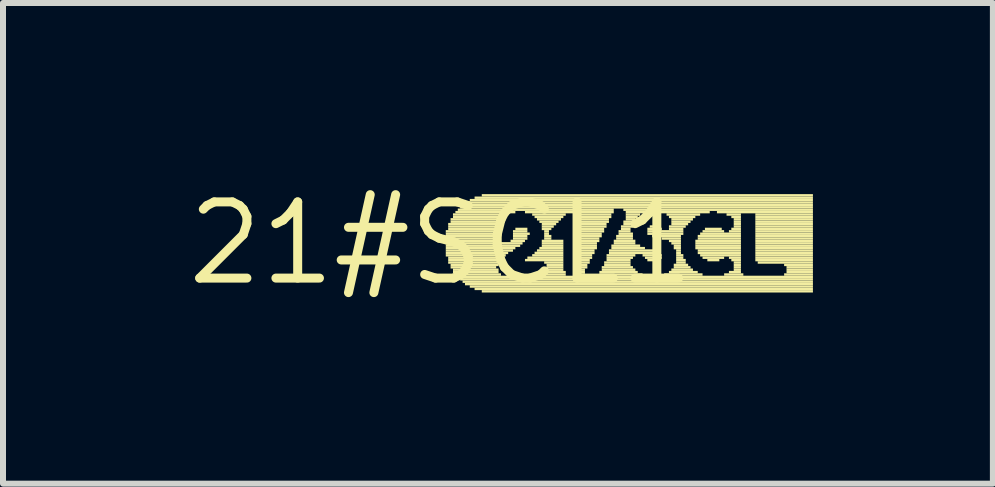
<source format=kicad_pcb>
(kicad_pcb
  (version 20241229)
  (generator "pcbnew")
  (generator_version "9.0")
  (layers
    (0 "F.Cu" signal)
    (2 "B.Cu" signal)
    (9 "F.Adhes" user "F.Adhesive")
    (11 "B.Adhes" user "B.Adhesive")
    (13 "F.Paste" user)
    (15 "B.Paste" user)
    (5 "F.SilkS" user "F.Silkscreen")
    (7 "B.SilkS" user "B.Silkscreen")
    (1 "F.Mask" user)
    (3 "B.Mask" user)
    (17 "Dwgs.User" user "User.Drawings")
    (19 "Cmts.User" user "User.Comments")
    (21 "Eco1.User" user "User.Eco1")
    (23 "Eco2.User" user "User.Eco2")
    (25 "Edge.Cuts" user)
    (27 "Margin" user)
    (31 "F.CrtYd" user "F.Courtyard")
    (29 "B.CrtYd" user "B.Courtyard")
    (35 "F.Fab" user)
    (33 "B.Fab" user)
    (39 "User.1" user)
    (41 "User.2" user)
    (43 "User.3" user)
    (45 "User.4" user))
  (footprint "21#SCL1"
    (layer "F.Cu")
    (at 4.301 1.006)
    (property "Reference" "21#SCL1" (at 0 0 0) (layer "F.SilkS") (effects (font (size 1.27 1.27) (thickness 0.15))))
    (fp_poly (pts (xy 0.08 -0.18) (xy 0.96 -0.18) (xy 0.96 -0.22) (xy 0.08 -0.22)) (stroke (width 0) (type default)) (fill yes) (layer "F.SilkS"))
    (fp_poly (pts (xy 0.08 -0.14) (xy 0.92 -0.14) (xy 0.92 -0.18) (xy 0.08 -0.18)) (stroke (width 0) (type default)) (fill yes) (layer "F.SilkS"))
    (fp_poly (pts (xy 0.08 -0.1) (xy 0.96 -0.1) (xy 0.96 -0.14) (xy 0.08 -0.14)) (stroke (width 0) (type default)) (fill yes) (layer "F.SilkS"))
    (fp_poly (pts (xy 0.08 -0.06) (xy 0.96 -0.06) (xy 0.96 -0.1) (xy 0.08 -0.1)) (stroke (width 0) (type default)) (fill yes) (layer "F.SilkS"))
    (fp_poly (pts (xy 0.08 -0.02) (xy 0.96 -0.02) (xy 0.96 -0.06) (xy 0.08 -0.06)) (stroke (width 0) (type default)) (fill yes) (layer "F.SilkS"))
    (fp_poly (pts (xy 0.08 0.02) (xy 1.36 0.02) (xy 1.36 -0.02) (xy 0.08 -0.02)) (stroke (width 0) (type default)) (fill yes) (layer "F.SilkS"))
    (fp_poly (pts (xy 0.08 0.06) (xy 1.32 0.06) (xy 1.32 0.02) (xy 0.08 0.02)) (stroke (width 0) (type default)) (fill yes) (layer "F.SilkS"))
    (fp_poly (pts (xy 0.08 0.1) (xy 1.24 0.1) (xy 1.24 0.06) (xy 0.08 0.06)) (stroke (width 0) (type default)) (fill yes) (layer "F.SilkS"))
    (fp_poly (pts (xy 0.08 0.14) (xy 1.2 0.14) (xy 1.2 0.1) (xy 0.08 0.1)) (stroke (width 0) (type default)) (fill yes) (layer "F.SilkS"))
    (fp_poly (pts (xy 0.08 0.18) (xy 1.12 0.18) (xy 1.12 0.14) (xy 0.08 0.14)) (stroke (width 0) (type default)) (fill yes) (layer "F.SilkS"))
    (fp_poly (pts (xy 0.08 0.22) (xy 1.08 0.22) (xy 1.08 0.18) (xy 0.08 0.18)) (stroke (width 0) (type default)) (fill yes) (layer "F.SilkS"))
    (fp_poly (pts (xy 0.12 -0.3) (xy 1 -0.3) (xy 1 -0.34) (xy 0.12 -0.34)) (stroke (width 0) (type default)) (fill yes) (layer "F.SilkS"))
    (fp_poly (pts (xy 0.12 -0.26) (xy 0.96 -0.26) (xy 0.96 -0.3) (xy 0.12 -0.3)) (stroke (width 0) (type default)) (fill yes) (layer "F.SilkS"))
    (fp_poly (pts (xy 0.12 -0.22) (xy 0.96 -0.22) (xy 0.96 -0.26) (xy 0.12 -0.26)) (stroke (width 0) (type default)) (fill yes) (layer "F.SilkS"))
    (fp_poly (pts (xy 0.12 0.26) (xy 1.04 0.26) (xy 1.04 0.22) (xy 0.12 0.22)) (stroke (width 0) (type default)) (fill yes) (layer "F.SilkS"))
    (fp_poly (pts (xy 0.12 0.3) (xy 1 0.3) (xy 1 0.26) (xy 0.12 0.26)) (stroke (width 0) (type default)) (fill yes) (layer "F.SilkS"))
    (fp_poly (pts (xy 0.12 0.34) (xy 0.96 0.34) (xy 0.96 0.3) (xy 0.12 0.3)) (stroke (width 0) (type default)) (fill yes) (layer "F.SilkS"))
    (fp_poly (pts (xy 0.16 -0.38) (xy 1.04 -0.38) (xy 1.04 -0.42) (xy 0.16 -0.42)) (stroke (width 0) (type default)) (fill yes) (layer "F.SilkS"))
    (fp_poly (pts (xy 0.16 -0.34) (xy 1 -0.34) (xy 1 -0.38) (xy 0.16 -0.38)) (stroke (width 0) (type default)) (fill yes) (layer "F.SilkS"))
    (fp_poly (pts (xy 0.16 0.38) (xy 0.96 0.38) (xy 0.96 0.34) (xy 0.16 0.34)) (stroke (width 0) (type default)) (fill yes) (layer "F.SilkS"))
    (fp_poly (pts (xy 0.16 0.42) (xy 0.92 0.42) (xy 0.92 0.38) (xy 0.16 0.38)) (stroke (width 0) (type default)) (fill yes) (layer "F.SilkS"))
    (fp_poly (pts (xy 0.2 -0.46) (xy 1.12 -0.46) (xy 1.12 -0.5) (xy 0.2 -0.5)) (stroke (width 0) (type default)) (fill yes) (layer "F.SilkS"))
    (fp_poly (pts (xy 0.2 -0.42) (xy 1.08 -0.42) (xy 1.08 -0.46) (xy 0.2 -0.46)) (stroke (width 0) (type default)) (fill yes) (layer "F.SilkS"))
    (fp_poly (pts (xy 0.2 0.46) (xy 0.96 0.46) (xy 0.96 0.42) (xy 0.2 0.42)) (stroke (width 0) (type default)) (fill yes) (layer "F.SilkS"))
    (fp_poly (pts (xy 0.2 0.5) (xy 0.96 0.5) (xy 0.96 0.46) (xy 0.2 0.46)) (stroke (width 0) (type default)) (fill yes) (layer "F.SilkS"))
    (fp_poly (pts (xy 0.24 -0.5) (xy 1.24 -0.5) (xy 1.24 -0.54) (xy 0.24 -0.54)) (stroke (width 0) (type default)) (fill yes) (layer "F.SilkS"))
    (fp_poly (pts (xy 0.24 0.54) (xy 1 0.54) (xy 1 0.5) (xy 0.24 0.5)) (stroke (width 0) (type default)) (fill yes) (layer "F.SilkS"))
    (fp_poly (pts (xy 0.28 -0.54) (xy 2.88 -0.54) (xy 2.88 -0.58) (xy 0.28 -0.58)) (stroke (width 0) (type default)) (fill yes) (layer "F.SilkS"))
    (fp_poly (pts (xy 0.28 0.58) (xy 2.4 0.58) (xy 2.4 0.54) (xy 0.28 0.54)) (stroke (width 0) (type default)) (fill yes) (layer "F.SilkS"))
    (fp_poly (pts (xy 0.32 -0.58) (xy 6.2 -0.58) (xy 6.2 -0.62) (xy 0.32 -0.62)) (stroke (width 0) (type default)) (fill yes) (layer "F.SilkS"))
    (fp_poly (pts (xy 0.32 0.62) (xy 2.48 0.62) (xy 2.48 0.58) (xy 0.32 0.58)) (stroke (width 0) (type default)) (fill yes) (layer "F.SilkS"))
    (fp_poly (pts (xy 0.36 -0.62) (xy 6.2 -0.62) (xy 6.2 -0.66) (xy 0.36 -0.66)) (stroke (width 0) (type default)) (fill yes) (layer "F.SilkS"))
    (fp_poly (pts (xy 0.36 0.66) (xy 6.2 0.66) (xy 6.2 0.62) (xy 0.36 0.62)) (stroke (width 0) (type default)) (fill yes) (layer "F.SilkS"))
    (fp_poly (pts (xy 0.4 -0.66) (xy 6.2 -0.66) (xy 6.2 -0.7) (xy 0.4 -0.7)) (stroke (width 0) (type default)) (fill yes) (layer "F.SilkS"))
    (fp_poly (pts (xy 0.4 0.7) (xy 6.2 0.7) (xy 6.2 0.66) (xy 0.4 0.66)) (stroke (width 0) (type default)) (fill yes) (layer "F.SilkS"))
    (fp_poly (pts (xy 0.48 -0.7) (xy 6.2 -0.7) (xy 6.2 -0.74) (xy 0.48 -0.74)) (stroke (width 0) (type default)) (fill yes) (layer "F.SilkS"))
    (fp_poly (pts (xy 0.48 0.74) (xy 6.2 0.74) (xy 6.2 0.7) (xy 0.48 0.7)) (stroke (width 0) (type default)) (fill yes) (layer "F.SilkS"))
    (fp_poly (pts (xy 0.56 -0.74) (xy 6.2 -0.74) (xy 6.2 -0.78) (xy 0.56 -0.78)) (stroke (width 0) (type default)) (fill yes) (layer "F.SilkS"))
    (fp_poly (pts (xy 0.56 0.78) (xy 6.2 0.78) (xy 6.2 0.74) (xy 0.56 0.74)) (stroke (width 0) (type default)) (fill yes) (layer "F.SilkS"))
    (fp_poly (pts (xy 0.68 -0.78) (xy 6.2 -0.78) (xy 6.2 -0.82) (xy 0.68 -0.82)) (stroke (width 0) (type default)) (fill yes) (layer "F.SilkS"))
    (fp_poly (pts (xy 0.68 0.82) (xy 6.2 0.82) (xy 6.2 0.78) (xy 0.68 0.78)) (stroke (width 0) (type default)) (fill yes) (layer "F.SilkS"))
    (fp_poly (pts (xy 1.16 -0.02) (xy 1.4 -0.02) (xy 1.4 -0.06) (xy 1.16 -0.06)) (stroke (width 0) (type default)) (fill yes) (layer "F.SilkS"))
    (fp_poly (pts (xy 1.2 -0.18) (xy 1.44 -0.18) (xy 1.44 -0.22) (xy 1.2 -0.22)) (stroke (width 0) (type default)) (fill yes) (layer "F.SilkS"))
    (fp_poly (pts (xy 1.2 -0.14) (xy 1.48 -0.14) (xy 1.48 -0.18) (xy 1.2 -0.18)) (stroke (width 0) (type default)) (fill yes) (layer "F.SilkS"))
    (fp_poly (pts (xy 1.2 -0.1) (xy 1.44 -0.1) (xy 1.44 -0.14) (xy 1.2 -0.14)) (stroke (width 0) (type default)) (fill yes) (layer "F.SilkS"))
    (fp_poly (pts (xy 1.2 -0.06) (xy 1.44 -0.06) (xy 1.44 -0.1) (xy 1.2 -0.1)) (stroke (width 0) (type default)) (fill yes) (layer "F.SilkS"))
    (fp_poly (pts (xy 1.24 -0.22) (xy 1.44 -0.22) (xy 1.44 -0.26) (xy 1.24 -0.26)) (stroke (width 0) (type default)) (fill yes) (layer "F.SilkS"))
    (fp_poly (pts (xy 1.4 -0.5) (xy 2.88 -0.5) (xy 2.88 -0.54) (xy 1.4 -0.54)) (stroke (width 0) (type default)) (fill yes) (layer "F.SilkS"))
    (fp_poly (pts (xy 1.4 0.3) (xy 2.04 0.3) (xy 2.04 0.26) (xy 1.4 0.26)) (stroke (width 0) (type default)) (fill yes) (layer "F.SilkS"))
    (fp_poly (pts (xy 1.44 0.26) (xy 2.04 0.26) (xy 2.04 0.22) (xy 1.44 0.22)) (stroke (width 0) (type default)) (fill yes) (layer "F.SilkS"))
    (fp_poly (pts (xy 1.52 -0.46) (xy 2.08 -0.46) (xy 2.08 -0.5) (xy 1.52 -0.5)) (stroke (width 0) (type default)) (fill yes) (layer "F.SilkS"))
    (fp_poly (pts (xy 1.52 0.22) (xy 2.04 0.22) (xy 2.04 0.18) (xy 1.52 0.18)) (stroke (width 0) (type default)) (fill yes) (layer "F.SilkS"))
    (fp_poly (pts (xy 1.56 -0.42) (xy 2.04 -0.42) (xy 2.04 -0.46) (xy 1.56 -0.46)) (stroke (width 0) (type default)) (fill yes) (layer "F.SilkS"))
    (fp_poly (pts (xy 1.56 0.18) (xy 2.04 0.18) (xy 2.04 0.14) (xy 1.56 0.14)) (stroke (width 0) (type default)) (fill yes) (layer "F.SilkS"))
    (fp_poly (pts (xy 1.6 -0.38) (xy 2 -0.38) (xy 2 -0.42) (xy 1.6 -0.42)) (stroke (width 0) (type default)) (fill yes) (layer "F.SilkS"))
    (fp_poly (pts (xy 1.6 0.14) (xy 2.04 0.14) (xy 2.04 0.1) (xy 1.6 0.1)) (stroke (width 0) (type default)) (fill yes) (layer "F.SilkS"))
    (fp_poly (pts (xy 1.64 -0.34) (xy 1.96 -0.34) (xy 1.96 -0.38) (xy 1.64 -0.38)) (stroke (width 0) (type default)) (fill yes) (layer "F.SilkS"))
    (fp_poly (pts (xy 1.64 0.1) (xy 2.04 0.1) (xy 2.04 0.06) (xy 1.64 0.06)) (stroke (width 0) (type default)) (fill yes) (layer "F.SilkS"))
    (fp_poly (pts (xy 1.68 -0.3) (xy 1.92 -0.3) (xy 1.92 -0.34) (xy 1.68 -0.34)) (stroke (width 0) (type default)) (fill yes) (layer "F.SilkS"))
    (fp_poly (pts (xy 1.68 -0.26) (xy 1.88 -0.26) (xy 1.88 -0.3) (xy 1.68 -0.3)) (stroke (width 0) (type default)) (fill yes) (layer "F.SilkS"))
    (fp_poly (pts (xy 1.68 -0.22) (xy 1.84 -0.22) (xy 1.84 -0.26) (xy 1.68 -0.26)) (stroke (width 0) (type default)) (fill yes) (layer "F.SilkS"))
    (fp_poly (pts (xy 1.68 -0.02) (xy 2.04 -0.02) (xy 2.04 -0.06) (xy 1.68 -0.06)) (stroke (width 0) (type default)) (fill yes) (layer "F.SilkS"))
    (fp_poly (pts (xy 1.68 0.02) (xy 2.04 0.02) (xy 2.04 -0.02) (xy 1.68 -0.02)) (stroke (width 0) (type default)) (fill yes) (layer "F.SilkS"))
    (fp_poly (pts (xy 1.68 0.06) (xy 2.04 0.06) (xy 2.04 0.02) (xy 1.68 0.02)) (stroke (width 0) (type default)) (fill yes) (layer "F.SilkS"))
    (fp_poly (pts (xy 1.72 -0.18) (xy 1.8 -0.18) (xy 1.8 -0.22) (xy 1.72 -0.22)) (stroke (width 0) (type default)) (fill yes) (layer "F.SilkS"))
    (fp_poly (pts (xy 1.72 -0.14) (xy 1.8 -0.14) (xy 1.8 -0.18) (xy 1.72 -0.18)) (stroke (width 0) (type default)) (fill yes) (layer "F.SilkS"))
    (fp_poly (pts (xy 1.72 -0.1) (xy 1.84 -0.1) (xy 1.84 -0.14) (xy 1.72 -0.14)) (stroke (width 0) (type default)) (fill yes) (layer "F.SilkS"))
    (fp_poly (pts (xy 1.72 -0.06) (xy 1.84 -0.06) (xy 1.84 -0.1) (xy 1.72 -0.1)) (stroke (width 0) (type default)) (fill yes) (layer "F.SilkS"))
    (fp_poly (pts (xy 1.72 0.34) (xy 2.04 0.34) (xy 2.04 0.3) (xy 1.72 0.3)) (stroke (width 0) (type default)) (fill yes) (layer "F.SilkS"))
    (fp_poly (pts (xy 1.72 0.54) (xy 2.08 0.54) (xy 2.08 0.5) (xy 1.72 0.5)) (stroke (width 0) (type default)) (fill yes) (layer "F.SilkS"))
    (fp_poly (pts (xy 1.76 0.38) (xy 2.04 0.38) (xy 2.04 0.34) (xy 1.76 0.34)) (stroke (width 0) (type default)) (fill yes) (layer "F.SilkS"))
    (fp_poly (pts (xy 1.76 0.42) (xy 2.04 0.42) (xy 2.04 0.38) (xy 1.76 0.38)) (stroke (width 0) (type default)) (fill yes) (layer "F.SilkS"))
    (fp_poly (pts (xy 1.76 0.46) (xy 2.04 0.46) (xy 2.04 0.42) (xy 1.76 0.42)) (stroke (width 0) (type default)) (fill yes) (layer "F.SilkS"))
    (fp_poly (pts (xy 1.76 0.5) (xy 2.08 0.5) (xy 2.08 0.46) (xy 1.76 0.46)) (stroke (width 0) (type default)) (fill yes) (layer "F.SilkS"))
    (fp_poly (pts (xy 2.28 -0.46) (xy 2.84 -0.46) (xy 2.84 -0.5) (xy 2.28 -0.5)) (stroke (width 0) (type default)) (fill yes) (layer "F.SilkS"))
    (fp_poly (pts (xy 2.28 0.5) (xy 2.4 0.5) (xy 2.4 0.46) (xy 2.28 0.46)) (stroke (width 0) (type default)) (fill yes) (layer "F.SilkS"))
    (fp_poly (pts (xy 2.28 0.54) (xy 2.4 0.54) (xy 2.4 0.5) (xy 2.28 0.5)) (stroke (width 0) (type default)) (fill yes) (layer "F.SilkS"))
    (fp_poly (pts (xy 2.32 -0.42) (xy 2.84 -0.42) (xy 2.84 -0.46) (xy 2.32 -0.46)) (stroke (width 0) (type default)) (fill yes) (layer "F.SilkS"))
    (fp_poly (pts (xy 2.32 -0.38) (xy 2.8 -0.38) (xy 2.8 -0.42) (xy 2.32 -0.42)) (stroke (width 0) (type default)) (fill yes) (layer "F.SilkS"))
    (fp_poly (pts (xy 2.32 -0.34) (xy 2.8 -0.34) (xy 2.8 -0.38) (xy 2.32 -0.38)) (stroke (width 0) (type default)) (fill yes) (layer "F.SilkS"))
    (fp_poly (pts (xy 2.32 -0.3) (xy 2.76 -0.3) (xy 2.76 -0.34) (xy 2.32 -0.34)) (stroke (width 0) (type default)) (fill yes) (layer "F.SilkS"))
    (fp_poly (pts (xy 2.32 -0.26) (xy 2.76 -0.26) (xy 2.76 -0.3) (xy 2.32 -0.3)) (stroke (width 0) (type default)) (fill yes) (layer "F.SilkS"))
    (fp_poly (pts (xy 2.32 -0.22) (xy 2.72 -0.22) (xy 2.72 -0.26) (xy 2.32 -0.26)) (stroke (width 0) (type default)) (fill yes) (layer "F.SilkS"))
    (fp_poly (pts (xy 2.32 -0.18) (xy 2.72 -0.18) (xy 2.72 -0.22) (xy 2.32 -0.22)) (stroke (width 0) (type default)) (fill yes) (layer "F.SilkS"))
    (fp_poly (pts (xy 2.32 -0.14) (xy 2.68 -0.14) (xy 2.68 -0.18) (xy 2.32 -0.18)) (stroke (width 0) (type default)) (fill yes) (layer "F.SilkS"))
    (fp_poly (pts (xy 2.32 -0.1) (xy 2.68 -0.1) (xy 2.68 -0.14) (xy 2.32 -0.14)) (stroke (width 0) (type default)) (fill yes) (layer "F.SilkS"))
    (fp_poly (pts (xy 2.32 -0.06) (xy 2.64 -0.06) (xy 2.64 -0.1) (xy 2.32 -0.1)) (stroke (width 0) (type default)) (fill yes) (layer "F.SilkS"))
    (fp_poly (pts (xy 2.32 -0.02) (xy 2.64 -0.02) (xy 2.64 -0.06) (xy 2.32 -0.06)) (stroke (width 0) (type default)) (fill yes) (layer "F.SilkS"))
    (fp_poly (pts (xy 2.32 0.02) (xy 2.6 0.02) (xy 2.6 -0.02) (xy 2.32 -0.02)) (stroke (width 0) (type default)) (fill yes) (layer "F.SilkS"))
    (fp_poly (pts (xy 2.32 0.06) (xy 2.6 0.06) (xy 2.6 0.02) (xy 2.32 0.02)) (stroke (width 0) (type default)) (fill yes) (layer "F.SilkS"))
    (fp_poly (pts (xy 2.32 0.1) (xy 2.6 0.1) (xy 2.6 0.06) (xy 2.32 0.06)) (stroke (width 0) (type default)) (fill yes) (layer "F.SilkS"))
    (fp_poly (pts (xy 2.32 0.14) (xy 2.56 0.14) (xy 2.56 0.1) (xy 2.32 0.1)) (stroke (width 0) (type default)) (fill yes) (layer "F.SilkS"))
    (fp_poly (pts (xy 2.32 0.18) (xy 2.56 0.18) (xy 2.56 0.14) (xy 2.32 0.14)) (stroke (width 0) (type default)) (fill yes) (layer "F.SilkS"))
    (fp_poly (pts (xy 2.32 0.22) (xy 2.52 0.22) (xy 2.52 0.18) (xy 2.32 0.18)) (stroke (width 0) (type default)) (fill yes) (layer "F.SilkS"))
    (fp_poly (pts (xy 2.32 0.26) (xy 2.52 0.26) (xy 2.52 0.22) (xy 2.32 0.22)) (stroke (width 0) (type default)) (fill yes) (layer "F.SilkS"))
    (fp_poly (pts (xy 2.32 0.3) (xy 2.48 0.3) (xy 2.48 0.26) (xy 2.32 0.26)) (stroke (width 0) (type default)) (fill yes) (layer "F.SilkS"))
    (fp_poly (pts (xy 2.32 0.34) (xy 2.48 0.34) (xy 2.48 0.3) (xy 2.32 0.3)) (stroke (width 0) (type default)) (fill yes) (layer "F.SilkS"))
    (fp_poly (pts (xy 2.32 0.38) (xy 2.44 0.38) (xy 2.44 0.34) (xy 2.32 0.34)) (stroke (width 0) (type default)) (fill yes) (layer "F.SilkS"))
    (fp_poly (pts (xy 2.32 0.42) (xy 2.44 0.42) (xy 2.44 0.38) (xy 2.32 0.38)) (stroke (width 0) (type default)) (fill yes) (layer "F.SilkS"))
    (fp_poly (pts (xy 2.32 0.46) (xy 2.4 0.46) (xy 2.4 0.42) (xy 2.32 0.42)) (stroke (width 0) (type default)) (fill yes) (layer "F.SilkS"))
    (fp_poly (pts (xy 2.6 0.58) (xy 6.2 0.58) (xy 6.2 0.54) (xy 2.6 0.54)) (stroke (width 0) (type default)) (fill yes) (layer "F.SilkS"))
    (fp_poly (pts (xy 2.6 0.62) (xy 6.2 0.62) (xy 6.2 0.58) (xy 2.6 0.58)) (stroke (width 0) (type default)) (fill yes) (layer "F.SilkS"))
    (fp_poly (pts (xy 2.64 0.5) (xy 3.28 0.5) (xy 3.28 0.46) (xy 2.64 0.46)) (stroke (width 0) (type default)) (fill yes) (layer "F.SilkS"))
    (fp_poly (pts (xy 2.64 0.54) (xy 3.36 0.54) (xy 3.36 0.5) (xy 2.64 0.5)) (stroke (width 0) (type default)) (fill yes) (layer "F.SilkS"))
    (fp_poly (pts (xy 2.68 0.42) (xy 3.2 0.42) (xy 3.2 0.38) (xy 2.68 0.38)) (stroke (width 0) (type default)) (fill yes) (layer "F.SilkS"))
    (fp_poly (pts (xy 2.68 0.46) (xy 3.24 0.46) (xy 3.24 0.42) (xy 2.68 0.42)) (stroke (width 0) (type default)) (fill yes) (layer "F.SilkS"))
    (fp_poly (pts (xy 2.72 0.34) (xy 3.16 0.34) (xy 3.16 0.3) (xy 2.72 0.3)) (stroke (width 0) (type default)) (fill yes) (layer "F.SilkS"))
    (fp_poly (pts (xy 2.72 0.38) (xy 3.16 0.38) (xy 3.16 0.34) (xy 2.72 0.34)) (stroke (width 0) (type default)) (fill yes) (layer "F.SilkS"))
    (fp_poly (pts (xy 2.76 0.22) (xy 3.24 0.22) (xy 3.24 0.18) (xy 2.76 0.18)) (stroke (width 0) (type default)) (fill yes) (layer "F.SilkS"))
    (fp_poly (pts (xy 2.76 0.26) (xy 3.2 0.26) (xy 3.2 0.22) (xy 2.76 0.22)) (stroke (width 0) (type default)) (fill yes) (layer "F.SilkS"))
    (fp_poly (pts (xy 2.76 0.3) (xy 3.16 0.3) (xy 3.16 0.26) (xy 2.76 0.26)) (stroke (width 0) (type default)) (fill yes) (layer "F.SilkS"))
    (fp_poly (pts (xy 2.8 0.14) (xy 3.56 0.14) (xy 3.56 0.1) (xy 2.8 0.1)) (stroke (width 0) (type default)) (fill yes) (layer "F.SilkS"))
    (fp_poly (pts (xy 2.8 0.18) (xy 3.64 0.18) (xy 3.64 0.14) (xy 2.8 0.14)) (stroke (width 0) (type default)) (fill yes) (layer "F.SilkS"))
    (fp_poly (pts (xy 2.84 0.06) (xy 3.32 0.06) (xy 3.32 0.02) (xy 2.84 0.02)) (stroke (width 0) (type default)) (fill yes) (layer "F.SilkS"))
    (fp_poly (pts (xy 2.84 0.1) (xy 3.4 0.1) (xy 3.4 0.06) (xy 2.84 0.06)) (stroke (width 0) (type default)) (fill yes) (layer "F.SilkS"))
    (fp_poly (pts (xy 2.88 -0.02) (xy 3.24 -0.02) (xy 3.24 -0.06) (xy 2.88 -0.06)) (stroke (width 0) (type default)) (fill yes) (layer "F.SilkS"))
    (fp_poly (pts (xy 2.88 0.02) (xy 3.24 0.02) (xy 3.24 -0.02) (xy 2.88 -0.02)) (stroke (width 0) (type default)) (fill yes) (layer "F.SilkS"))
    (fp_poly (pts (xy 2.92 -0.1) (xy 3.2 -0.1) (xy 3.2 -0.14) (xy 2.92 -0.14)) (stroke (width 0) (type default)) (fill yes) (layer "F.SilkS"))
    (fp_poly (pts (xy 2.92 -0.06) (xy 3.2 -0.06) (xy 3.2 -0.1) (xy 2.92 -0.1)) (stroke (width 0) (type default)) (fill yes) (layer "F.SilkS"))
    (fp_poly (pts (xy 2.96 -0.18) (xy 3.16 -0.18) (xy 3.16 -0.22) (xy 2.96 -0.22)) (stroke (width 0) (type default)) (fill yes) (layer "F.SilkS"))
    (fp_poly (pts (xy 2.96 -0.14) (xy 3.2 -0.14) (xy 3.2 -0.18) (xy 2.96 -0.18)) (stroke (width 0) (type default)) (fill yes) (layer "F.SilkS"))
    (fp_poly (pts (xy 3 -0.26) (xy 3.2 -0.26) (xy 3.2 -0.3) (xy 3 -0.3)) (stroke (width 0) (type default)) (fill yes) (layer "F.SilkS"))
    (fp_poly (pts (xy 3 -0.22) (xy 3.16 -0.22) (xy 3.16 -0.26) (xy 3 -0.26)) (stroke (width 0) (type default)) (fill yes) (layer "F.SilkS"))
    (fp_poly (pts (xy 3.04 -0.54) (xy 6.2 -0.54) (xy 6.2 -0.58) (xy 3.04 -0.58)) (stroke (width 0) (type default)) (fill yes) (layer "F.SilkS"))
    (fp_poly (pts (xy 3.04 -0.34) (xy 3.2 -0.34) (xy 3.2 -0.38) (xy 3.04 -0.38)) (stroke (width 0) (type default)) (fill yes) (layer "F.SilkS"))
    (fp_poly (pts (xy 3.04 -0.3) (xy 3.2 -0.3) (xy 3.2 -0.34) (xy 3.04 -0.34)) (stroke (width 0) (type default)) (fill yes) (layer "F.SilkS"))
    (fp_poly (pts (xy 3.08 -0.5) (xy 3.44 -0.5) (xy 3.44 -0.54) (xy 3.08 -0.54)) (stroke (width 0) (type default)) (fill yes) (layer "F.SilkS"))
    (fp_poly (pts (xy 3.08 -0.46) (xy 3.32 -0.46) (xy 3.32 -0.5) (xy 3.08 -0.5)) (stroke (width 0) (type default)) (fill yes) (layer "F.SilkS"))
    (fp_poly (pts (xy 3.08 -0.42) (xy 3.28 -0.42) (xy 3.28 -0.46) (xy 3.08 -0.46)) (stroke (width 0) (type default)) (fill yes) (layer "F.SilkS"))
    (fp_poly (pts (xy 3.08 -0.38) (xy 3.24 -0.38) (xy 3.24 -0.42) (xy 3.08 -0.42)) (stroke (width 0) (type default)) (fill yes) (layer "F.SilkS"))
    (fp_poly (pts (xy 3.36 0.22) (xy 3.68 0.22) (xy 3.68 0.18) (xy 3.36 0.18)) (stroke (width 0) (type default)) (fill yes) (layer "F.SilkS"))
    (fp_poly (pts (xy 3.4 0.26) (xy 3.68 0.26) (xy 3.68 0.22) (xy 3.4 0.22)) (stroke (width 0) (type default)) (fill yes) (layer "F.SilkS"))
    (fp_poly (pts (xy 3.44 -0.22) (xy 3.68 -0.22) (xy 3.68 -0.26) (xy 3.44 -0.26)) (stroke (width 0) (type default)) (fill yes) (layer "F.SilkS"))
    (fp_poly (pts (xy 3.44 -0.18) (xy 4.04 -0.18) (xy 4.04 -0.22) (xy 3.44 -0.22)) (stroke (width 0) (type default)) (fill yes) (layer "F.SilkS"))
    (fp_poly (pts (xy 3.44 -0.14) (xy 4.04 -0.14) (xy 4.04 -0.18) (xy 3.44 -0.18)) (stroke (width 0) (type default)) (fill yes) (layer "F.SilkS"))
    (fp_poly (pts (xy 3.44 0.3) (xy 3.64 0.3) (xy 3.64 0.26) (xy 3.44 0.26)) (stroke (width 0) (type default)) (fill yes) (layer "F.SilkS"))
    (fp_poly (pts (xy 3.48 -0.26) (xy 3.6 -0.26) (xy 3.6 -0.3) (xy 3.48 -0.3)) (stroke (width 0) (type default)) (fill yes) (layer "F.SilkS"))
    (fp_poly (pts (xy 3.52 -0.1) (xy 4 -0.1) (xy 4 -0.14) (xy 3.52 -0.14)) (stroke (width 0) (type default)) (fill yes) (layer "F.SilkS"))
    (fp_poly (pts (xy 3.64 -0.5) (xy 4.48 -0.5) (xy 4.48 -0.54) (xy 3.64 -0.54)) (stroke (width 0) (type default)) (fill yes) (layer "F.SilkS"))
    (fp_poly (pts (xy 3.68 -0.06) (xy 4 -0.06) (xy 4 -0.1) (xy 3.68 -0.1)) (stroke (width 0) (type default)) (fill yes) (layer "F.SilkS"))
    (fp_poly (pts (xy 3.72 0.54) (xy 4.36 0.54) (xy 4.36 0.5) (xy 3.72 0.5)) (stroke (width 0) (type default)) (fill yes) (layer "F.SilkS"))
    (fp_poly (pts (xy 3.76 -0.46) (xy 4.32 -0.46) (xy 4.32 -0.5) (xy 3.76 -0.5)) (stroke (width 0) (type default)) (fill yes) (layer "F.SilkS"))
    (fp_poly (pts (xy 3.8 -0.42) (xy 4.24 -0.42) (xy 4.24 -0.46) (xy 3.8 -0.46)) (stroke (width 0) (type default)) (fill yes) (layer "F.SilkS"))
    (fp_poly (pts (xy 3.8 -0.26) (xy 4.08 -0.26) (xy 4.08 -0.3) (xy 3.8 -0.3)) (stroke (width 0) (type default)) (fill yes) (layer "F.SilkS"))
    (fp_poly (pts (xy 3.8 -0.22) (xy 4.04 -0.22) (xy 4.04 -0.26) (xy 3.8 -0.26)) (stroke (width 0) (type default)) (fill yes) (layer "F.SilkS"))
    (fp_poly (pts (xy 3.8 -0.02) (xy 4 -0.02) (xy 4 -0.06) (xy 3.8 -0.06)) (stroke (width 0) (type default)) (fill yes) (layer "F.SilkS"))
    (fp_poly (pts (xy 3.8 0.5) (xy 4.28 0.5) (xy 4.28 0.46) (xy 3.8 0.46)) (stroke (width 0) (type default)) (fill yes) (layer "F.SilkS"))
    (fp_poly (pts (xy 3.84 -0.38) (xy 4.2 -0.38) (xy 4.2 -0.42) (xy 3.84 -0.42)) (stroke (width 0) (type default)) (fill yes) (layer "F.SilkS"))
    (fp_poly (pts (xy 3.84 -0.34) (xy 4.16 -0.34) (xy 4.16 -0.38) (xy 3.84 -0.38)) (stroke (width 0) (type default)) (fill yes) (layer "F.SilkS"))
    (fp_poly (pts (xy 3.84 -0.3) (xy 4.12 -0.3) (xy 4.12 -0.34) (xy 3.84 -0.34)) (stroke (width 0) (type default)) (fill yes) (layer "F.SilkS"))
    (fp_poly (pts (xy 3.84 0.02) (xy 4 0.02) (xy 4 -0.02) (xy 3.84 -0.02)) (stroke (width 0) (type default)) (fill yes) (layer "F.SilkS"))
    (fp_poly (pts (xy 3.84 0.46) (xy 4.2 0.46) (xy 4.2 0.42) (xy 3.84 0.42)) (stroke (width 0) (type default)) (fill yes) (layer "F.SilkS"))
    (fp_poly (pts (xy 3.88 0.06) (xy 4 0.06) (xy 4 0.02) (xy 3.88 0.02)) (stroke (width 0) (type default)) (fill yes) (layer "F.SilkS"))
    (fp_poly (pts (xy 3.88 0.1) (xy 4 0.1) (xy 4 0.06) (xy 3.88 0.06)) (stroke (width 0) (type default)) (fill yes) (layer "F.SilkS"))
    (fp_poly (pts (xy 3.88 0.38) (xy 4.12 0.38) (xy 4.12 0.34) (xy 3.88 0.34)) (stroke (width 0) (type default)) (fill yes) (layer "F.SilkS"))
    (fp_poly (pts (xy 3.88 0.42) (xy 4.16 0.42) (xy 4.16 0.38) (xy 3.88 0.38)) (stroke (width 0) (type default)) (fill yes) (layer "F.SilkS"))
    (fp_poly (pts (xy 3.92 0.14) (xy 4 0.14) (xy 4 0.1) (xy 3.92 0.1)) (stroke (width 0) (type default)) (fill yes) (layer "F.SilkS"))
    (fp_poly (pts (xy 3.92 0.18) (xy 4 0.18) (xy 4 0.14) (xy 3.92 0.14)) (stroke (width 0) (type default)) (fill yes) (layer "F.SilkS"))
    (fp_poly (pts (xy 3.92 0.22) (xy 4.04 0.22) (xy 4.04 0.18) (xy 3.92 0.18)) (stroke (width 0) (type default)) (fill yes) (layer "F.SilkS"))
    (fp_poly (pts (xy 3.92 0.26) (xy 4.04 0.26) (xy 4.04 0.22) (xy 3.92 0.22)) (stroke (width 0) (type default)) (fill yes) (layer "F.SilkS"))
    (fp_poly (pts (xy 3.92 0.3) (xy 4.08 0.3) (xy 4.08 0.26) (xy 3.92 0.26)) (stroke (width 0) (type default)) (fill yes) (layer "F.SilkS"))
    (fp_poly (pts (xy 3.92 0.34) (xy 4.08 0.34) (xy 4.08 0.3) (xy 3.92 0.3)) (stroke (width 0) (type default)) (fill yes) (layer "F.SilkS"))
    (fp_poly (pts (xy 4.24 -0.02) (xy 5 -0.02) (xy 5 -0.06) (xy 4.24 -0.06)) (stroke (width 0) (type default)) (fill yes) (layer "F.SilkS"))
    (fp_poly (pts (xy 4.24 0.02) (xy 5 0.02) (xy 5 -0.02) (xy 4.24 -0.02)) (stroke (width 0) (type default)) (fill yes) (layer "F.SilkS"))
    (fp_poly (pts (xy 4.24 0.06) (xy 5 0.06) (xy 5 0.02) (xy 4.24 0.02)) (stroke (width 0) (type default)) (fill yes) (layer "F.SilkS"))
    (fp_poly (pts (xy 4.24 0.1) (xy 5 0.1) (xy 5 0.06) (xy 4.24 0.06)) (stroke (width 0) (type default)) (fill yes) (layer "F.SilkS"))
    (fp_poly (pts (xy 4.28 -0.1) (xy 5 -0.1) (xy 5 -0.14) (xy 4.28 -0.14)) (stroke (width 0) (type default)) (fill yes) (layer "F.SilkS"))
    (fp_poly (pts (xy 4.28 -0.06) (xy 5 -0.06) (xy 5 -0.1) (xy 4.28 -0.1)) (stroke (width 0) (type default)) (fill yes) (layer "F.SilkS"))
    (fp_poly (pts (xy 4.28 0.14) (xy 5 0.14) (xy 5 0.1) (xy 4.28 0.1)) (stroke (width 0) (type default)) (fill yes) (layer "F.SilkS"))
    (fp_poly (pts (xy 4.28 0.18) (xy 5 0.18) (xy 5 0.14) (xy 4.28 0.14)) (stroke (width 0) (type default)) (fill yes) (layer "F.SilkS"))
    (fp_poly (pts (xy 4.32 -0.14) (xy 5 -0.14) (xy 5 -0.18) (xy 4.32 -0.18)) (stroke (width 0) (type default)) (fill yes) (layer "F.SilkS"))
    (fp_poly (pts (xy 4.32 0.22) (xy 5 0.22) (xy 5 0.18) (xy 4.32 0.18)) (stroke (width 0) (type default)) (fill yes) (layer "F.SilkS"))
    (fp_poly (pts (xy 4.36 -0.18) (xy 4.72 -0.18) (xy 4.72 -0.22) (xy 4.36 -0.22)) (stroke (width 0) (type default)) (fill yes) (layer "F.SilkS"))
    (fp_poly (pts (xy 4.36 0.26) (xy 4.72 0.26) (xy 4.72 0.22) (xy 4.36 0.22)) (stroke (width 0) (type default)) (fill yes) (layer "F.SilkS"))
    (fp_poly (pts (xy 4.4 -0.22) (xy 4.68 -0.22) (xy 4.68 -0.26) (xy 4.4 -0.26)) (stroke (width 0) (type default)) (fill yes) (layer "F.SilkS"))
    (fp_poly (pts (xy 4.44 0.3) (xy 4.64 0.3) (xy 4.64 0.26) (xy 4.44 0.26)) (stroke (width 0) (type default)) (fill yes) (layer "F.SilkS"))
    (fp_poly (pts (xy 4.6 -0.5) (xy 6.2 -0.5) (xy 6.2 -0.54) (xy 4.6 -0.54)) (stroke (width 0) (type default)) (fill yes) (layer "F.SilkS"))
    (fp_poly (pts (xy 4.72 0.54) (xy 5.04 0.54) (xy 5.04 0.5) (xy 4.72 0.5)) (stroke (width 0) (type default)) (fill yes) (layer "F.SilkS"))
    (fp_poly (pts (xy 4.76 -0.46) (xy 5 -0.46) (xy 5 -0.5) (xy 4.76 -0.5)) (stroke (width 0) (type default)) (fill yes) (layer "F.SilkS"))
    (fp_poly (pts (xy 4.8 -0.18) (xy 5 -0.18) (xy 5 -0.22) (xy 4.8 -0.22)) (stroke (width 0) (type default)) (fill yes) (layer "F.SilkS"))
    (fp_poly (pts (xy 4.8 0.26) (xy 5 0.26) (xy 5 0.22) (xy 4.8 0.22)) (stroke (width 0) (type default)) (fill yes) (layer "F.SilkS"))
    (fp_poly (pts (xy 4.8 0.5) (xy 5 0.5) (xy 5 0.46) (xy 4.8 0.46)) (stroke (width 0) (type default)) (fill yes) (layer "F.SilkS"))
    (fp_poly (pts (xy 4.84 -0.42) (xy 5 -0.42) (xy 5 -0.46) (xy 4.84 -0.46)) (stroke (width 0) (type default)) (fill yes) (layer "F.SilkS"))
    (fp_poly (pts (xy 4.84 -0.22) (xy 5 -0.22) (xy 5 -0.26) (xy 4.84 -0.26)) (stroke (width 0) (type default)) (fill yes) (layer "F.SilkS"))
    (fp_poly (pts (xy 4.84 0.3) (xy 5 0.3) (xy 5 0.26) (xy 4.84 0.26)) (stroke (width 0) (type default)) (fill yes) (layer "F.SilkS"))
    (fp_poly (pts (xy 4.88 -0.38) (xy 5 -0.38) (xy 5 -0.42) (xy 4.88 -0.42)) (stroke (width 0) (type default)) (fill yes) (layer "F.SilkS"))
    (fp_poly (pts (xy 4.88 -0.34) (xy 5 -0.34) (xy 5 -0.38) (xy 4.88 -0.38)) (stroke (width 0) (type default)) (fill yes) (layer "F.SilkS"))
    (fp_poly (pts (xy 4.88 -0.3) (xy 5 -0.3) (xy 5 -0.34) (xy 4.88 -0.34)) (stroke (width 0) (type default)) (fill yes) (layer "F.SilkS"))
    (fp_poly (pts (xy 4.88 -0.26) (xy 5 -0.26) (xy 5 -0.3) (xy 4.88 -0.3)) (stroke (width 0) (type default)) (fill yes) (layer "F.SilkS"))
    (fp_poly (pts (xy 4.88 0.34) (xy 5 0.34) (xy 5 0.3) (xy 4.88 0.3)) (stroke (width 0) (type default)) (fill yes) (layer "F.SilkS"))
    (fp_poly (pts (xy 4.88 0.38) (xy 5 0.38) (xy 5 0.34) (xy 4.88 0.34)) (stroke (width 0) (type default)) (fill yes) (layer "F.SilkS"))
    (fp_poly (pts (xy 4.88 0.42) (xy 5 0.42) (xy 5 0.38) (xy 4.88 0.38)) (stroke (width 0) (type default)) (fill yes) (layer "F.SilkS"))
    (fp_poly (pts (xy 4.88 0.46) (xy 5 0.46) (xy 5 0.42) (xy 4.88 0.42)) (stroke (width 0) (type default)) (fill yes) (layer "F.SilkS"))
    (fp_poly (pts (xy 5.24 -0.46) (xy 6.2 -0.46) (xy 6.2 -0.5) (xy 5.24 -0.5)) (stroke (width 0) (type default)) (fill yes) (layer "F.SilkS"))
    (fp_poly (pts (xy 5.24 -0.42) (xy 6.2 -0.42) (xy 6.2 -0.46) (xy 5.24 -0.46)) (stroke (width 0) (type default)) (fill yes) (layer "F.SilkS"))
    (fp_poly (pts (xy 5.24 -0.38) (xy 6.2 -0.38) (xy 6.2 -0.42) (xy 5.24 -0.42)) (stroke (width 0) (type default)) (fill yes) (layer "F.SilkS"))
    (fp_poly (pts (xy 5.24 -0.34) (xy 6.2 -0.34) (xy 6.2 -0.38) (xy 5.24 -0.38)) (stroke (width 0) (type default)) (fill yes) (layer "F.SilkS"))
    (fp_poly (pts (xy 5.24 -0.3) (xy 6.2 -0.3) (xy 6.2 -0.34) (xy 5.24 -0.34)) (stroke (width 0) (type default)) (fill yes) (layer "F.SilkS"))
    (fp_poly (pts (xy 5.24 -0.26) (xy 6.2 -0.26) (xy 6.2 -0.3) (xy 5.24 -0.3)) (stroke (width 0) (type default)) (fill yes) (layer "F.SilkS"))
    (fp_poly (pts (xy 5.24 -0.22) (xy 6.2 -0.22) (xy 6.2 -0.26) (xy 5.24 -0.26)) (stroke (width 0) (type default)) (fill yes) (layer "F.SilkS"))
    (fp_poly (pts (xy 5.24 -0.18) (xy 6.2 -0.18) (xy 6.2 -0.22) (xy 5.24 -0.22)) (stroke (width 0) (type default)) (fill yes) (layer "F.SilkS"))
    (fp_poly (pts (xy 5.24 -0.14) (xy 6.2 -0.14) (xy 6.2 -0.18) (xy 5.24 -0.18)) (stroke (width 0) (type default)) (fill yes) (layer "F.SilkS"))
    (fp_poly (pts (xy 5.24 -0.1) (xy 6.2 -0.1) (xy 6.2 -0.14) (xy 5.24 -0.14)) (stroke (width 0) (type default)) (fill yes) (layer "F.SilkS"))
    (fp_poly (pts (xy 5.24 -0.06) (xy 6.2 -0.06) (xy 6.2 -0.1) (xy 5.24 -0.1)) (stroke (width 0) (type default)) (fill yes) (layer "F.SilkS"))
    (fp_poly (pts (xy 5.24 -0.02) (xy 6.2 -0.02) (xy 6.2 -0.06) (xy 5.24 -0.06)) (stroke (width 0) (type default)) (fill yes) (layer "F.SilkS"))
    (fp_poly (pts (xy 5.24 0.02) (xy 6.2 0.02) (xy 6.2 -0.02) (xy 5.24 -0.02)) (stroke (width 0) (type default)) (fill yes) (layer "F.SilkS"))
    (fp_poly (pts (xy 5.24 0.06) (xy 6.2 0.06) (xy 6.2 0.02) (xy 5.24 0.02)) (stroke (width 0) (type default)) (fill yes) (layer "F.SilkS"))
    (fp_poly (pts (xy 5.24 0.1) (xy 6.2 0.1) (xy 6.2 0.06) (xy 5.24 0.06)) (stroke (width 0) (type default)) (fill yes) (layer "F.SilkS"))
    (fp_poly (pts (xy 5.24 0.14) (xy 6.2 0.14) (xy 6.2 0.1) (xy 5.24 0.1)) (stroke (width 0) (type default)) (fill yes) (layer "F.SilkS"))
    (fp_poly (pts (xy 5.24 0.18) (xy 6.2 0.18) (xy 6.2 0.14) (xy 5.24 0.14)) (stroke (width 0) (type default)) (fill yes) (layer "F.SilkS"))
    (fp_poly (pts (xy 5.24 0.22) (xy 6.2 0.22) (xy 6.2 0.18) (xy 5.24 0.18)) (stroke (width 0) (type default)) (fill yes) (layer "F.SilkS"))
    (fp_poly (pts (xy 5.24 0.26) (xy 6.2 0.26) (xy 6.2 0.22) (xy 5.24 0.22)) (stroke (width 0) (type default)) (fill yes) (layer "F.SilkS"))
    (fp_poly (pts (xy 5.24 0.3) (xy 6.2 0.3) (xy 6.2 0.26) (xy 5.24 0.26)) (stroke (width 0) (type default)) (fill yes) (layer "F.SilkS"))
    (fp_poly (pts (xy 5.28 0.34) (xy 6.2 0.34) (xy 6.2 0.3) (xy 5.28 0.3)) (stroke (width 0) (type default)) (fill yes) (layer "F.SilkS"))
    (fp_poly (pts (xy 5.72 0.38) (xy 6.2 0.38) (xy 6.2 0.34) (xy 5.72 0.34)) (stroke (width 0) (type default)) (fill yes) (layer "F.SilkS"))
    (fp_poly (pts (xy 5.72 0.54) (xy 6.2 0.54) (xy 6.2 0.5) (xy 5.72 0.5)) (stroke (width 0) (type default)) (fill yes) (layer "F.SilkS"))
    (fp_poly (pts (xy 5.76 0.42) (xy 6.2 0.42) (xy 6.2 0.38) (xy 5.76 0.38)) (stroke (width 0) (type default)) (fill yes) (layer "F.SilkS"))
    (fp_poly (pts (xy 5.76 0.46) (xy 6.2 0.46) (xy 6.2 0.42) (xy 5.76 0.42)) (stroke (width 0) (type default)) (fill yes) (layer "F.SilkS"))
    (fp_poly (pts (xy 5.76 0.5) (xy 6.2 0.5) (xy 6.2 0.46) (xy 5.76 0.46)) (stroke (width 0) (type default)) (fill yes) (layer "F.SilkS")))
  (gr_rect
    (start -3 -3)
    (end 13.501 5.012)
    (stroke (width 0.1) (type default))
    (fill no)
    (layer "Edge.Cuts")))
</source>
